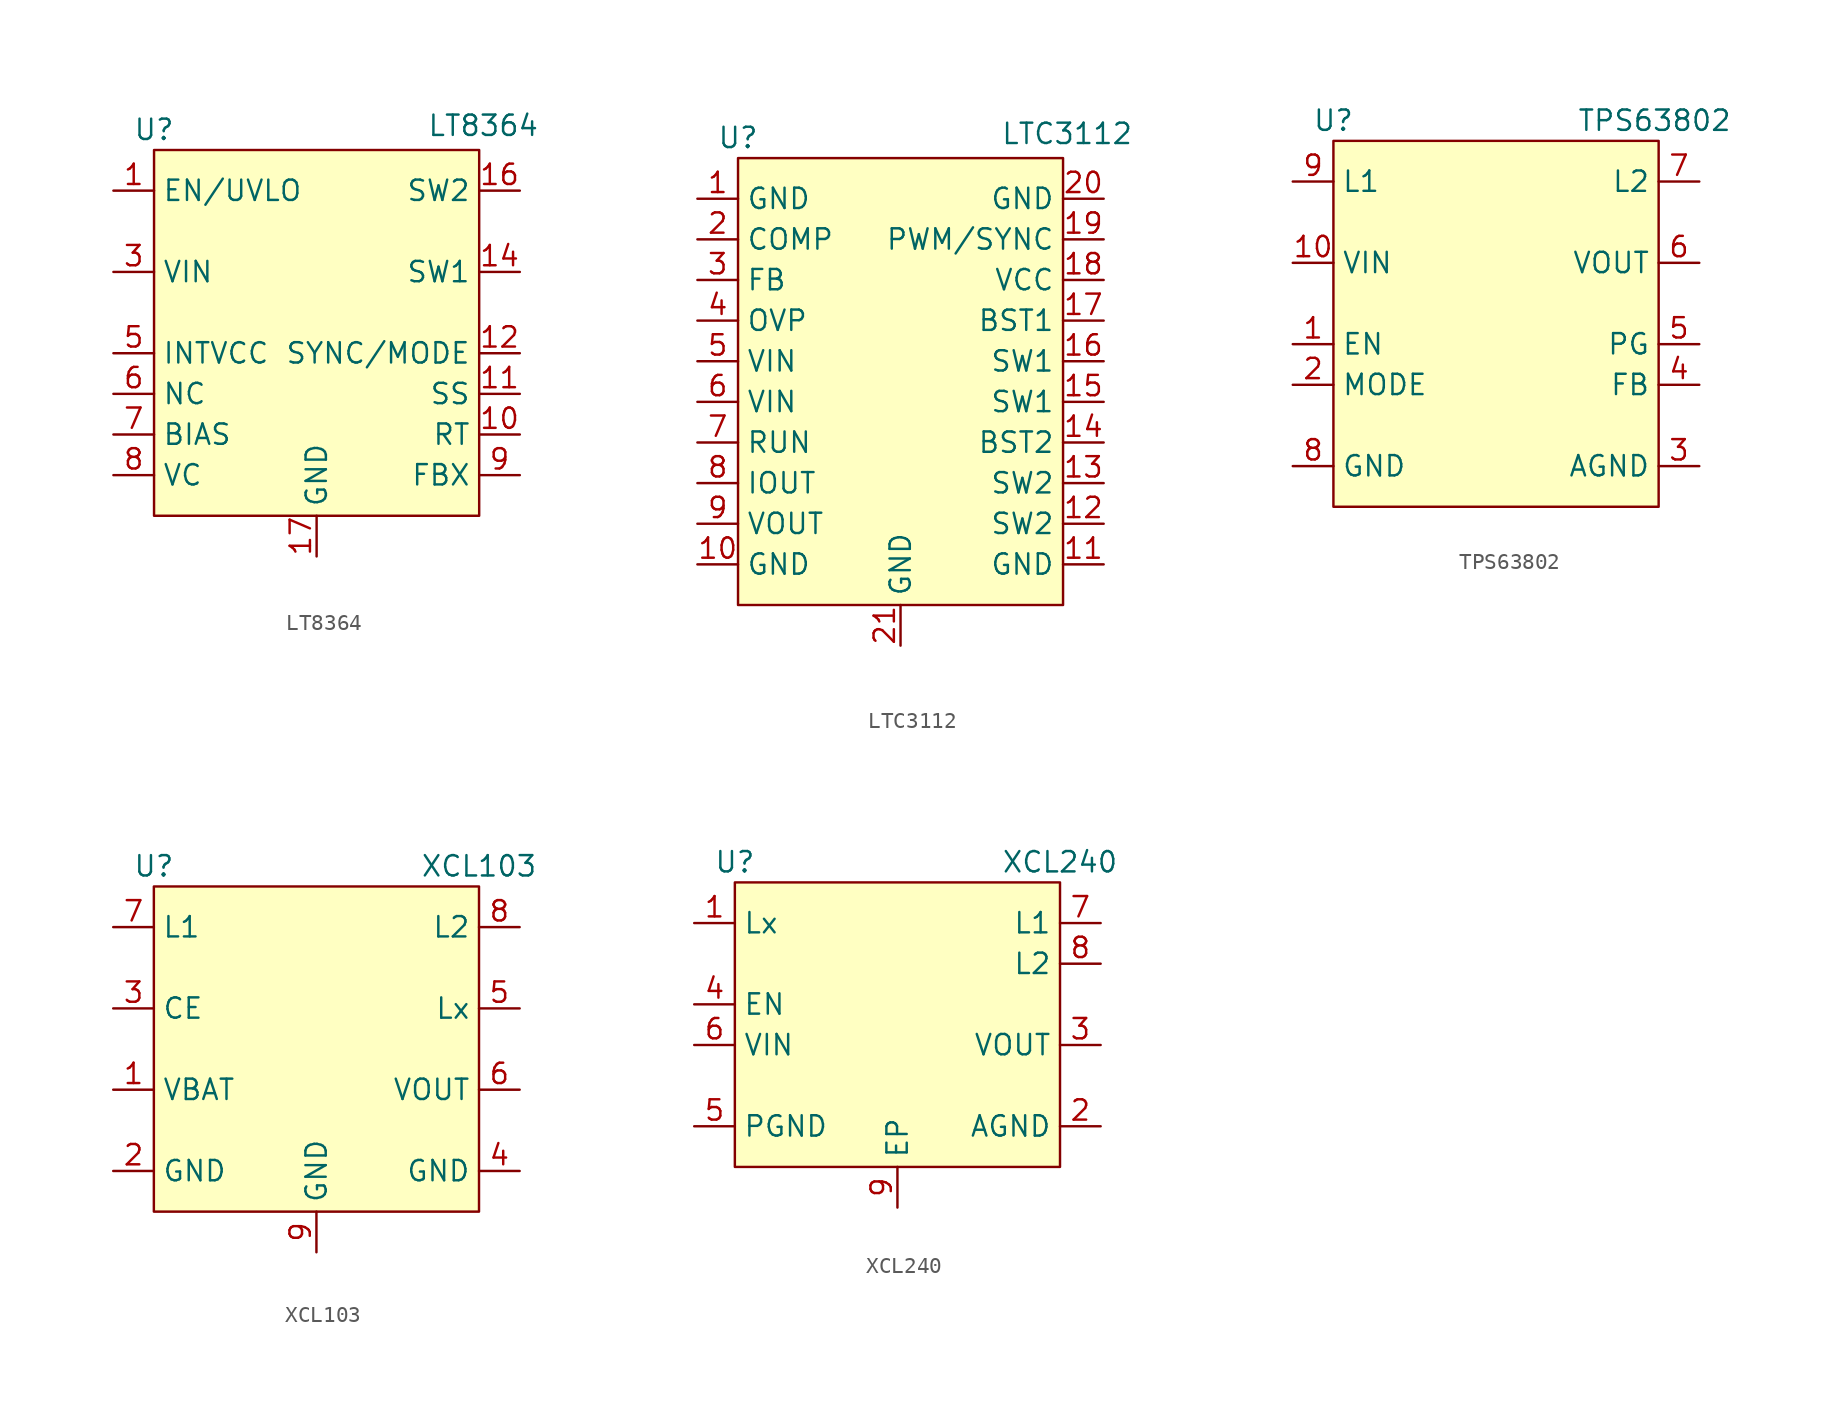
<source format=kicad_sym>
(kicad_symbol_lib
  (version 20231120)
  (generator "kicad_symbol_editor")
  (generator_version "8.0")
  (symbol "LT8364"
    (property "Reference" "U"
      (at -10.16 13.97 0)
      (effects (font (size 1.27 1.27))))
    (property "Value" "LT8364"
      (at 10.414 14.224 0)
      (effects (font (size 1.27 1.27))))
    (symbol "LT8364_0_0"
      (pin passive line (at -12.7 10.16 0) (length 2.54) (name "EN/UVLO" (effects (font (size 1.27 1.27)))) (number "1" (effects (font (size 1.27 1.27)))))
      (pin passive line (at 12.7 -5.08 180) (length 2.54) (name "RT" (effects (font (size 1.27 1.27)))) (number "10" (effects (font (size 1.27 1.27)))))
      (pin passive line (at 12.7 -2.54 180) (length 2.54) (name "SS" (effects (font (size 1.27 1.27)))) (number "11" (effects (font (size 1.27 1.27)))))
      (pin passive line (at 12.7 0 180) (length 2.54) (name "SYNC/MODE" (effects (font (size 1.27 1.27)))) (number "12" (effects (font (size 1.27 1.27)))))
      (pin passive line (at 12.7 5.08 180) (length 2.54) (name "SW1" (effects (font (size 1.27 1.27)))) (number "14" (effects (font (size 1.27 1.27)))))
      (pin passive line (at 12.7 10.16 180) (length 2.54) (name "SW2" (effects (font (size 1.27 1.27)))) (number "16" (effects (font (size 1.27 1.27)))))
      (pin passive line (at -12.7 5.08 0) (length 2.54) (name "VIN" (effects (font (size 1.27 1.27)))) (number "3" (effects (font (size 1.27 1.27)))))
      (pin passive line (at -12.7 0 0) (length 2.54) (name "INTVCC" (effects (font (size 1.27 1.27)))) (number "5" (effects (font (size 1.27 1.27)))))
      (pin passive line (at -12.7 -2.54 0) (length 2.54) (name "NC" (effects (font (size 1.27 1.27)))) (number "6" (effects (font (size 1.27 1.27)))))
      (pin passive line (at -12.7 -5.08 0) (length 2.54) (name "BIAS" (effects (font (size 1.27 1.27)))) (number "7" (effects (font (size 1.27 1.27)))))
      (pin passive line (at -12.7 -7.62 0) (length 2.54) (name "VC" (effects (font (size 1.27 1.27)))) (number "8" (effects (font (size 1.27 1.27)))))
      (pin passive line (at 12.7 -7.62 180) (length 2.54) (name "FBX" (effects (font (size 1.27 1.27)))) (number "9" (effects (font (size 1.27 1.27))))))
    (symbol "LT8364_1_0"
      (pin passive line (at 0 -12.7 90) (length 2.54) (name "GND" (effects (font (size 1.27 1.27)))) (number "17" (effects (font (size 1.27 1.27))))))
    (symbol "LT8364_1_1"
      (rectangle (start -10.16 12.7) (end 10.16 -10.16) (stroke (width 0) (type default)) (fill (type background)))
      (pin no_connect line (at 12.7 2.54 180) (length 2.54) hide (name "NC" (effects (font (size 1.27 1.27)))) (number "13" (effects (font (size 1.27 1.27)))))
      (pin no_connect line (at 12.7 7.62 180) (length 2.54) hide (name "NC" (effects (font (size 1.27 1.27)))) (number "15" (effects (font (size 1.27 1.27)))))
      (pin no_connect line (at -12.7 7.62 0) (length 2.54) hide (name "NC" (effects (font (size 1.27 1.27)))) (number "2" (effects (font (size 1.27 1.27)))))
      (pin no_connect line (at -12.7 2.54 0) (length 2.54) hide (name "NC" (effects (font (size 1.27 1.27)))) (number "4" (effects (font (size 1.27 1.27)))))))
  (symbol "LTC3112"
    (property "Reference" "U"
      (at -10.16 13.97 0)
      (effects (font (size 1.27 1.27))))
    (property "Value" "LTC3112"
      (at 10.414 14.224 0)
      (effects (font (size 1.27 1.27))))
    (symbol "LTC3112_0_0"
      (pin power_in line (at -12.7 10.16 0) (length 2.54) (name "GND" (effects (font (size 1.27 1.27)))) (number "1" (effects (font (size 1.27 1.27)))))
      (pin power_in line (at -12.7 -12.7 0) (length 2.54) (name "GND" (effects (font (size 1.27 1.27)))) (number "10" (effects (font (size 1.27 1.27)))))
      (pin power_in line (at 12.7 -12.7 180) (length 2.54) (name "GND" (effects (font (size 1.27 1.27)))) (number "11" (effects (font (size 1.27 1.27)))))
      (pin passive line (at 12.7 -10.16 180) (length 2.54) (name "SW2" (effects (font (size 1.27 1.27)))) (number "12" (effects (font (size 1.27 1.27)))))
      (pin passive line (at 12.7 -5.08 180) (length 2.54) (name "BST2" (effects (font (size 1.27 1.27)))) (number "14" (effects (font (size 1.27 1.27)))))
      (pin passive line (at 12.7 -2.54 180) (length 2.54) (name "SW1" (effects (font (size 1.27 1.27)))) (number "15" (effects (font (size 1.27 1.27)))))
      (pin passive line (at 12.7 0 180) (length 2.54) (name "SW1" (effects (font (size 1.27 1.27)))) (number "16" (effects (font (size 1.27 1.27)))))
      (pin passive line (at 12.7 2.54 180) (length 2.54) (name "BST1" (effects (font (size 1.27 1.27)))) (number "17" (effects (font (size 1.27 1.27)))))
      (pin power_in line (at 12.7 5.08 180) (length 2.54) (name "VCC" (effects (font (size 1.27 1.27)))) (number "18" (effects (font (size 1.27 1.27)))))
      (pin passive line (at 12.7 7.62 180) (length 2.54) (name "PWM/SYNC" (effects (font (size 1.27 1.27)))) (number "19" (effects (font (size 1.27 1.27)))))
      (pin passive line (at -12.7 7.62 0) (length 2.54) (name "COMP" (effects (font (size 1.27 1.27)))) (number "2" (effects (font (size 1.27 1.27)))))
      (pin power_in line (at 12.7 10.16 180) (length 2.54) (name "GND" (effects (font (size 1.27 1.27)))) (number "20" (effects (font (size 1.27 1.27)))))
      (pin power_in line (at 0 -17.78 90) (length 2.54) (name "GND" (effects (font (size 1.27 1.27)))) (number "21" (effects (font (size 1.27 1.27)))))
      (pin passive line (at -12.7 5.08 0) (length 2.54) (name "FB" (effects (font (size 1.27 1.27)))) (number "3" (effects (font (size 1.27 1.27)))))
      (pin passive line (at -12.7 2.54 0) (length 2.54) (name "OVP" (effects (font (size 1.27 1.27)))) (number "4" (effects (font (size 1.27 1.27)))))
      (pin power_in line (at -12.7 0 0) (length 2.54) (name "VIN" (effects (font (size 1.27 1.27)))) (number "5" (effects (font (size 1.27 1.27)))))
      (pin power_in line (at -12.7 -2.54 0) (length 2.54) (name "VIN" (effects (font (size 1.27 1.27)))) (number "6" (effects (font (size 1.27 1.27)))))
      (pin passive line (at -12.7 -5.08 0) (length 2.54) (name "RUN" (effects (font (size 1.27 1.27)))) (number "7" (effects (font (size 1.27 1.27)))))
      (pin passive line (at -12.7 -7.62 0) (length 2.54) (name "IOUT" (effects (font (size 1.27 1.27)))) (number "8" (effects (font (size 1.27 1.27)))))
      (pin power_out line (at -12.7 -10.16 0) (length 2.54) (name "VOUT" (effects (font (size 1.27 1.27)))) (number "9" (effects (font (size 1.27 1.27))))))
    (symbol "LTC3112_1_0"
      (pin passive line (at 12.7 -7.62 180) (length 2.54) (name "SW2" (effects (font (size 1.27 1.27)))) (number "13" (effects (font (size 1.27 1.27))))))
    (symbol "LTC3112_1_1"
      (rectangle (start -10.16 12.7) (end 10.16 -15.24) (stroke (width 0) (type default)) (fill (type background)))))
  (symbol "TPS63802"
    (property "Reference" "U"
      (at -10.16 11.43 0)
      (effects (font (size 1.27 1.27))))
    (property "Value" "TPS63802"
      (at 9.906 11.43 0)
      (effects (font (size 1.27 1.27))))
    (symbol "TPS63802_1_1"
      (rectangle (start -10.16 10.16) (end 10.16 -12.7) (stroke (width 0) (type default)) (fill (type background)))
      (pin input line (at -12.7 -2.54 0) (length 2.54) (name "EN" (effects (font (size 1.27 1.27)))) (number "1" (effects (font (size 1.27 1.27)))))
      (pin power_in line (at -12.7 2.54 0) (length 2.54) (name "VIN" (effects (font (size 1.27 1.27)))) (number "10" (effects (font (size 1.27 1.27)))))
      (pin input line (at -12.7 -5.08 0) (length 2.54) (name "MODE" (effects (font (size 1.27 1.27)))) (number "2" (effects (font (size 1.27 1.27)))))
      (pin power_in line (at 12.7 -10.16 180) (length 2.54) (name "AGND" (effects (font (size 1.27 1.27)))) (number "3" (effects (font (size 1.27 1.27)))))
      (pin input line (at 12.7 -5.08 180) (length 2.54) (name "FB" (effects (font (size 1.27 1.27)))) (number "4" (effects (font (size 1.27 1.27)))))
      (pin open_collector line (at 12.7 -2.54 180) (length 2.54) (name "PG" (effects (font (size 1.27 1.27)))) (number "5" (effects (font (size 1.27 1.27)))))
      (pin power_out line (at 12.7 2.54 180) (length 2.54) (name "VOUT" (effects (font (size 1.27 1.27)))) (number "6" (effects (font (size 1.27 1.27)))))
      (pin input line (at 12.7 7.62 180) (length 2.54) (name "L2" (effects (font (size 1.27 1.27)))) (number "7" (effects (font (size 1.27 1.27)))))
      (pin power_in line (at -12.7 -10.16 0) (length 2.54) (name "GND" (effects (font (size 1.27 1.27)))) (number "8" (effects (font (size 1.27 1.27)))))
      (pin input line (at -12.7 7.62 0) (length 2.54) (name "L1" (effects (font (size 1.27 1.27)))) (number "9" (effects (font (size 1.27 1.27)))))))
  (symbol "XCL103"
    (property "Reference" "U"
      (at -10.16 11.43 0)
      (effects (font (size 1.27 1.27))))
    (property "Value" "XCL103"
      (at 10.16 11.43 0)
      (effects (font (size 1.27 1.27))))
    (symbol "XCL103_0_0"
      (pin power_in line (at -12.7 -2.54 0) (length 2.54) (name "VBAT" (effects (font (size 1.27 1.27)))) (number "1" (effects (font (size 1.27 1.27)))))
      (pin power_in line (at -12.7 -7.62 0) (length 2.54) (name "GND" (effects (font (size 1.27 1.27)))) (number "2" (effects (font (size 1.27 1.27)))))
      (pin input line (at -12.7 2.54 0) (length 2.54) (name "CE" (effects (font (size 1.27 1.27)))) (number "3" (effects (font (size 1.27 1.27)))))
      (pin power_in line (at 12.7 -7.62 180) (length 2.54) (name "GND" (effects (font (size 1.27 1.27)))) (number "4" (effects (font (size 1.27 1.27)))))
      (pin input line (at 12.7 2.54 180) (length 2.54) (name "Lx" (effects (font (size 1.27 1.27)))) (number "5" (effects (font (size 1.27 1.27)))))
      (pin power_out line (at 12.7 -2.54 180) (length 2.54) (name "VOUT" (effects (font (size 1.27 1.27)))) (number "6" (effects (font (size 1.27 1.27)))))
      (pin input line (at -12.7 7.62 0) (length 2.54) (name "L1" (effects (font (size 1.27 1.27)))) (number "7" (effects (font (size 1.27 1.27)))))
      (pin input line (at 12.7 7.62 180) (length 2.54) (name "L2" (effects (font (size 1.27 1.27)))) (number "8" (effects (font (size 1.27 1.27))))))
    (symbol "XCL103_1_1"
      (rectangle (start -10.16 10.16) (end 10.16 -10.16) (stroke (width 0) (type default)) (fill (type background)))
      (pin power_in line (at 0 -12.7 90) (length 2.54) (name "GND" (effects (font (size 1.27 1.27)))) (number "9" (effects (font (size 1.27 1.27)))))))
  (symbol "XCL240"
    (property "Reference" "U"
      (at -10.16 10.16 0)
      (effects (font (size 1.27 1.27))))
    (property "Value" "XCL240"
      (at 10.16 10.16 0)
      (effects (font (size 1.27 1.27))))
    (symbol "XCL240_0_0"
      (pin power_in line (at 12.7 -6.35 180) (length 2.54) (name "AGND" (effects (font (size 1.27 1.27)))) (number "2" (effects (font (size 1.27 1.27)))))
      (pin input line (at 12.7 6.35 180) (length 2.54) (name "L1" (effects (font (size 1.27 1.27)))) (number "7" (effects (font (size 1.27 1.27)))))
      (pin input line (at 12.7 3.81 180) (length 2.54) (name "L2" (effects (font (size 1.27 1.27)))) (number "8" (effects (font (size 1.27 1.27))))))
    (symbol "XCL240_1_0"
      (pin input line (at -12.7 6.35 0) (length 2.54) (name "Lx" (effects (font (size 1.27 1.27)))) (number "1" (effects (font (size 1.27 1.27)))))
      (pin power_out line (at 12.7 -1.27 180) (length 2.54) (name "VOUT" (effects (font (size 1.27 1.27)))) (number "3" (effects (font (size 1.27 1.27)))))
      (pin input line (at -12.7 1.27 0) (length 2.54) (name "EN" (effects (font (size 1.27 1.27)))) (number "4" (effects (font (size 1.27 1.27)))))
      (pin power_in line (at -12.7 -6.35 0) (length 2.54) (name "PGND" (effects (font (size 1.27 1.27)))) (number "5" (effects (font (size 1.27 1.27)))))
      (pin power_in line (at -12.7 -1.27 0) (length 2.54) (name "VIN" (effects (font (size 1.27 1.27)))) (number "6" (effects (font (size 1.27 1.27))))))
    (symbol "XCL240_1_1"
      (rectangle (start -10.16 8.89) (end 10.16 -8.89) (stroke (width 0) (type default)) (fill (type background)))
      (pin power_in line (at 0 -11.43 90) (length 2.54) (name "EP" (effects (font (size 1.27 1.27)))) (number "9" (effects (font (size 1.27 1.27))))))))
</source>
